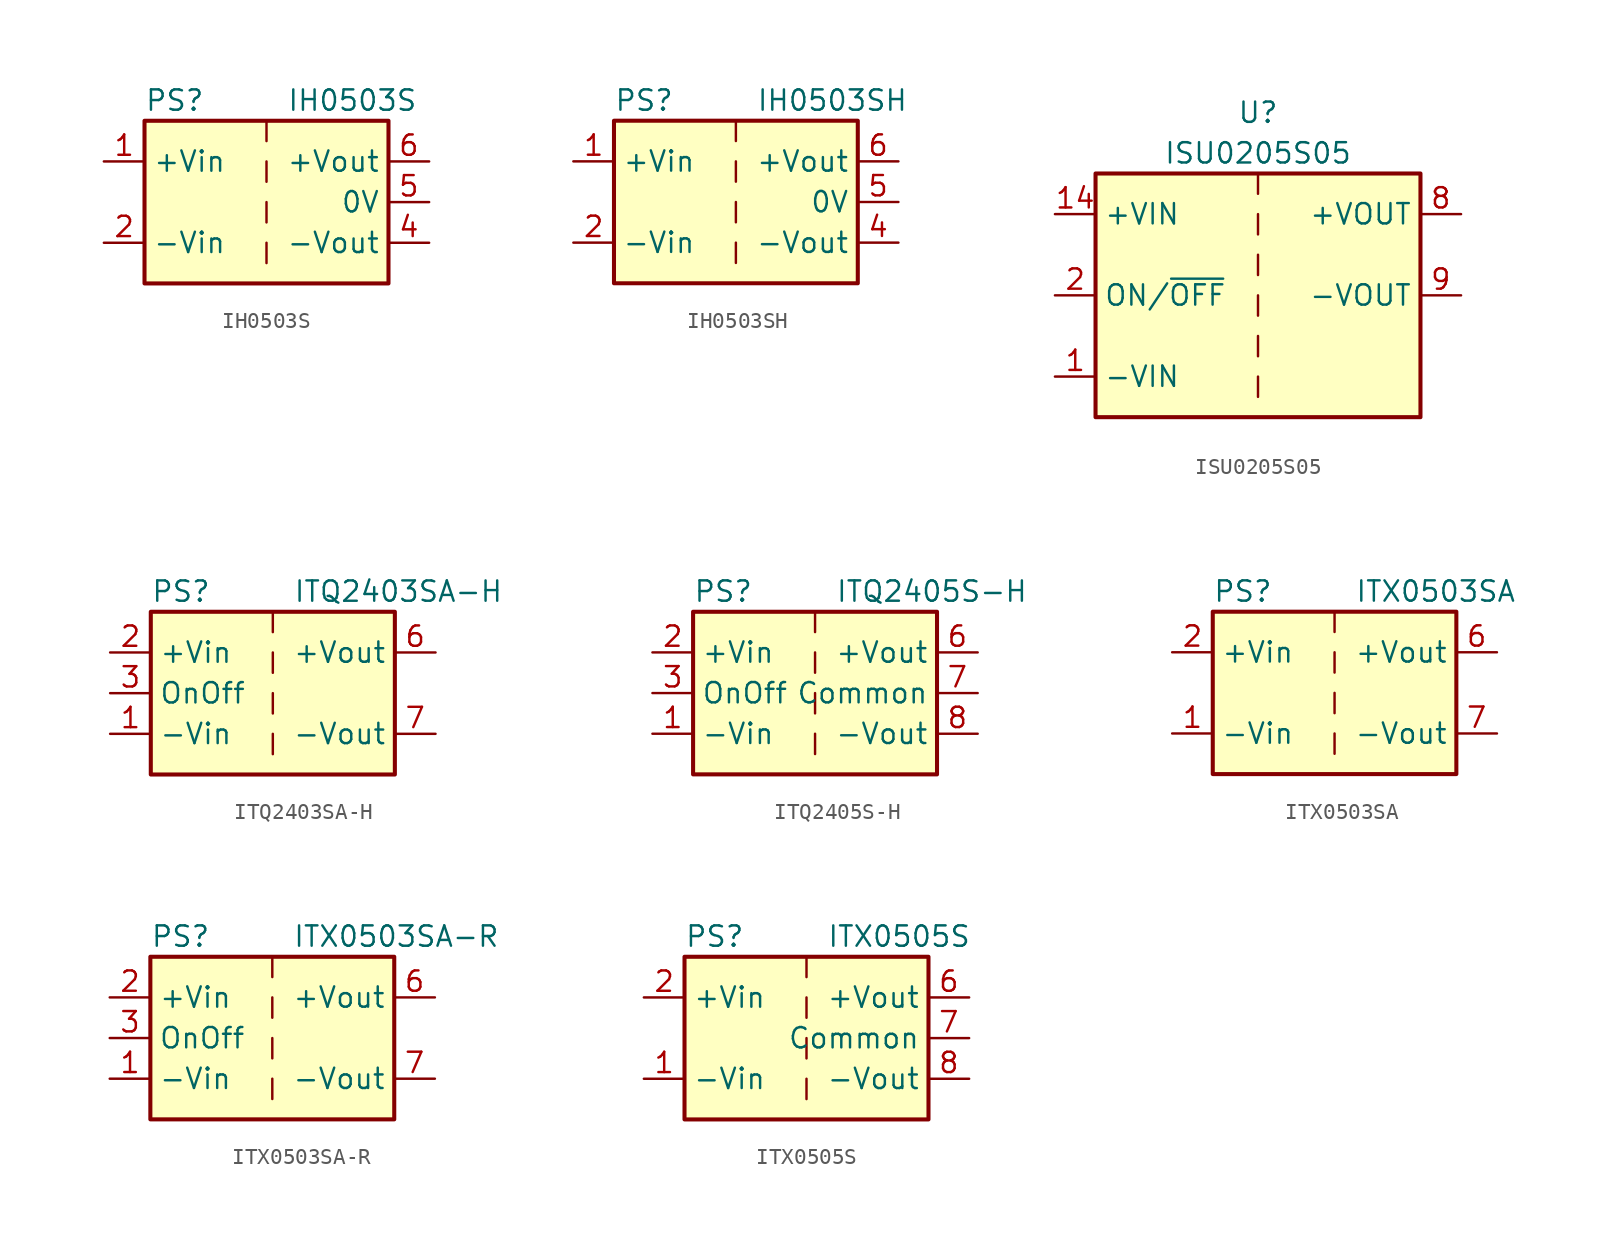
<source format=kicad_sym>
(kicad_symbol_lib
  (version 20220914)
  (generator kicad_symbol_editor)
  (symbol "IH0503S"
    (property "Reference" "PS"
      (at -7.62 6.35 0)
      (effects (font (size 1.27 1.27)) (justify left)))
    (property "Value" "IH0503S"
      (at 1.27 6.35 0)
      (effects (font (size 1.27 1.27)) (justify left)))
    (symbol "IH0503S_0_0"
      (pin power_in line (at -10.16 2.54 0) (length 2.54) (name "+Vin" (effects (font (size 1.27 1.27)))) (number "1" (effects (font (size 1.27 1.27)))))
      (pin power_in line (at -10.16 -2.54 0) (length 2.54) (name "-Vin" (effects (font (size 1.27 1.27)))) (number "2" (effects (font (size 1.27 1.27)))))
      (pin power_out line (at 10.16 -2.54 180) (length 2.54) (name "-Vout" (effects (font (size 1.27 1.27)))) (number "4" (effects (font (size 1.27 1.27)))))
      (pin power_out line (at 10.16 0 180) (length 2.54) (name "0V" (effects (font (size 1.27 1.27)))) (number "5" (effects (font (size 1.27 1.27)))))
      (pin power_out line (at 10.16 2.54 180) (length 2.54) (name "+Vout" (effects (font (size 1.27 1.27)))) (number "6" (effects (font (size 1.27 1.27))))))
    (symbol "IH0503S_0_1"
      (rectangle (start -7.62 5.08) (end 7.62 -5.08) (stroke (width 0.254) (type default)) (fill (type background)))
      (polyline (pts (xy 0 -2.54) (xy 0 -3.81)) (stroke (width 0) (type default)) (fill (type none)))
      (polyline (pts (xy 0 0) (xy 0 -1.27)) (stroke (width 0) (type default)) (fill (type none)))
      (polyline (pts (xy 0 2.54) (xy 0 1.27)) (stroke (width 0) (type default)) (fill (type none)))
      (polyline (pts (xy 0 5.08) (xy 0 3.81)) (stroke (width 0) (type default)) (fill (type none)))))
  (symbol "IH0503SH"
    (property "Reference" "PS"
      (at -7.62 6.35 0)
      (effects (font (size 1.27 1.27)) (justify left)))
    (property "Value" "IH0503SH"
      (at 1.27 6.35 0)
      (effects (font (size 1.27 1.27)) (justify left)))
    (symbol "IH0503SH_0_0"
      (pin power_in line (at -10.16 2.54 0) (length 2.54) (name "+Vin" (effects (font (size 1.27 1.27)))) (number "1" (effects (font (size 1.27 1.27)))))
      (pin power_in line (at -10.16 -2.54 0) (length 2.54) (name "-Vin" (effects (font (size 1.27 1.27)))) (number "2" (effects (font (size 1.27 1.27)))))
      (pin power_out line (at 10.16 -2.54 180) (length 2.54) (name "-Vout" (effects (font (size 1.27 1.27)))) (number "4" (effects (font (size 1.27 1.27)))))
      (pin power_out line (at 10.16 0 180) (length 2.54) (name "0V" (effects (font (size 1.27 1.27)))) (number "5" (effects (font (size 1.27 1.27)))))
      (pin power_out line (at 10.16 2.54 180) (length 2.54) (name "+Vout" (effects (font (size 1.27 1.27)))) (number "6" (effects (font (size 1.27 1.27))))))
    (symbol "IH0503SH_0_1"
      (rectangle (start -7.62 5.08) (end 7.62 -5.08) (stroke (width 0.254) (type default)) (fill (type background)))
      (polyline (pts (xy 0 -2.54) (xy 0 -3.81)) (stroke (width 0) (type default)) (fill (type none)))
      (polyline (pts (xy 0 0) (xy 0 -1.27)) (stroke (width 0) (type default)) (fill (type none)))
      (polyline (pts (xy 0 2.54) (xy 0 1.27)) (stroke (width 0) (type default)) (fill (type none)))
      (polyline (pts (xy 0 5.08) (xy 0 3.81)) (stroke (width 0) (type default)) (fill (type none)))))
  (symbol "ISU0205S05"
    (property "Reference" "U"
      (at 0 11.43 0)
      (effects (font (size 1.27 1.27))))
    (property "Value" "ISU0205S05"
      (at 0 8.89 0)
      (effects (font (size 1.27 1.27))))
    (symbol "ISU0205S05_0_1"
      (rectangle (start -10.16 7.62) (end 10.16 -7.62) (stroke (width 0.254) (type default)) (fill (type background)))
      (polyline (pts (xy 0 -5.08) (xy 0 -6.35)) (stroke (width 0) (type default)) (fill (type none)))
      (polyline (pts (xy 0 -2.54) (xy 0 -3.81)) (stroke (width 0) (type default)) (fill (type none)))
      (polyline (pts (xy 0 0) (xy 0 -1.27)) (stroke (width 0) (type default)) (fill (type none)))
      (polyline (pts (xy 0 2.54) (xy 0 1.27)) (stroke (width 0) (type default)) (fill (type none)))
      (polyline (pts (xy 0 5.08) (xy 0 3.81)) (stroke (width 0) (type default)) (fill (type none)))
      (polyline (pts (xy 0 7.62) (xy 0 6.35)) (stroke (width 0) (type default)) (fill (type none))))
    (symbol "ISU0205S05_1_1"
      (pin power_in line (at -12.7 -5.08 0) (length 2.54) (name "-VIN" (effects (font (size 1.27 1.27)))) (number "1" (effects (font (size 1.27 1.27)))))
      (pin power_in line (at -12.7 5.08 0) (length 2.54) (name "+VIN" (effects (font (size 1.27 1.27)))) (number "14" (effects (font (size 1.27 1.27)))))
      (pin input line (at -12.7 0 0) (length 2.54) (name "ON/~{OFF}" (effects (font (size 1.27 1.27)))) (number "2" (effects (font (size 1.27 1.27)))))
      (pin no_connect line (at 10.16 -2.54 180) (length 2.54) hide (name "NC" (effects (font (size 1.27 1.27)))) (number "6" (effects (font (size 1.27 1.27)))))
      (pin no_connect line (at 10.16 -5.08 180) (length 2.54) hide (name "NC" (effects (font (size 1.27 1.27)))) (number "7" (effects (font (size 1.27 1.27)))))
      (pin power_out line (at 12.7 5.08 180) (length 2.54) (name "+VOUT" (effects (font (size 1.27 1.27)))) (number "8" (effects (font (size 1.27 1.27)))))
      (pin power_out line (at 12.7 0 180) (length 2.54) (name "-VOUT" (effects (font (size 1.27 1.27)))) (number "9" (effects (font (size 1.27 1.27)))))))
  (symbol "ITQ2403SA-H"
    (property "Reference" "PS"
      (at -7.62 6.35 0)
      (effects (font (size 1.27 1.27)) (justify left)))
    (property "Value" "ITQ2403SA-H"
      (at 1.27 6.35 0)
      (effects (font (size 1.27 1.27)) (justify left)))
    (symbol "ITQ2403SA-H_0_0"
      (pin power_in line (at -10.16 -2.54 0) (length 2.54) (name "-Vin" (effects (font (size 1.27 1.27)))) (number "1" (effects (font (size 1.27 1.27)))))
      (pin power_in line (at -10.16 2.54 0) (length 2.54) (name "+Vin" (effects (font (size 1.27 1.27)))) (number "2" (effects (font (size 1.27 1.27)))))
      (pin input line (at -10.16 0 0) (length 2.54) (name "OnOff" (effects (font (size 1.27 1.27)))) (number "3" (effects (font (size 1.27 1.27)))))
      (pin power_out line (at 10.16 2.54 180) (length 2.54) (name "+Vout" (effects (font (size 1.27 1.27)))) (number "6" (effects (font (size 1.27 1.27)))))
      (pin power_out line (at 10.16 -2.54 180) (length 2.54) (name "-Vout" (effects (font (size 1.27 1.27)))) (number "7" (effects (font (size 1.27 1.27)))))
      (pin no_connect line (at 7.62 0 180) (length 2.54) hide (name "NC" (effects (font (size 1.27 1.27)))) (number "8" (effects (font (size 1.27 1.27))))))
    (symbol "ITQ2403SA-H_0_1"
      (rectangle (start -7.62 5.08) (end 7.62 -5.08) (stroke (width 0.254) (type default)) (fill (type background)))
      (polyline (pts (xy 0 -2.54) (xy 0 -3.81)) (stroke (width 0) (type default)) (fill (type none)))
      (polyline (pts (xy 0 0) (xy 0 -1.27)) (stroke (width 0) (type default)) (fill (type none)))
      (polyline (pts (xy 0 2.54) (xy 0 1.27)) (stroke (width 0) (type default)) (fill (type none)))
      (polyline (pts (xy 0 5.08) (xy 0 3.81)) (stroke (width 0) (type default)) (fill (type none)))))
  (symbol "ITQ2405S-H"
    (property "Reference" "PS"
      (at -7.62 6.35 0)
      (effects (font (size 1.27 1.27)) (justify left)))
    (property "Value" "ITQ2405S-H"
      (at 1.27 6.35 0)
      (effects (font (size 1.27 1.27)) (justify left)))
    (symbol "ITQ2405S-H_0_0"
      (pin power_in line (at -10.16 -2.54 0) (length 2.54) (name "-Vin" (effects (font (size 1.27 1.27)))) (number "1" (effects (font (size 1.27 1.27)))))
      (pin power_in line (at -10.16 2.54 0) (length 2.54) (name "+Vin" (effects (font (size 1.27 1.27)))) (number "2" (effects (font (size 1.27 1.27)))))
      (pin input line (at -10.16 0 0) (length 2.54) (name "OnOff" (effects (font (size 1.27 1.27)))) (number "3" (effects (font (size 1.27 1.27)))))
      (pin power_out line (at 10.16 2.54 180) (length 2.54) (name "+Vout" (effects (font (size 1.27 1.27)))) (number "6" (effects (font (size 1.27 1.27)))))
      (pin power_out line (at 10.16 0 180) (length 2.54) (name "Common" (effects (font (size 1.27 1.27)))) (number "7" (effects (font (size 1.27 1.27)))))
      (pin power_out line (at 10.16 -2.54 180) (length 2.54) (name "-Vout" (effects (font (size 1.27 1.27)))) (number "8" (effects (font (size 1.27 1.27))))))
    (symbol "ITQ2405S-H_0_1"
      (rectangle (start -7.62 5.08) (end 7.62 -5.08) (stroke (width 0.254) (type default)) (fill (type background)))
      (polyline (pts (xy 0 -2.54) (xy 0 -3.81)) (stroke (width 0) (type default)) (fill (type none)))
      (polyline (pts (xy 0 0) (xy 0 -1.27)) (stroke (width 0) (type default)) (fill (type none)))
      (polyline (pts (xy 0 2.54) (xy 0 1.27)) (stroke (width 0) (type default)) (fill (type none)))
      (polyline (pts (xy 0 5.08) (xy 0 3.81)) (stroke (width 0) (type default)) (fill (type none)))))
  (symbol "ITX0503SA"
    (property "Reference" "PS"
      (at -7.62 6.35 0)
      (effects (font (size 1.27 1.27)) (justify left)))
    (property "Value" "ITX0503SA"
      (at 1.27 6.35 0)
      (effects (font (size 1.27 1.27)) (justify left)))
    (symbol "ITX0503SA_0_0"
      (pin power_in line (at -10.16 -2.54 0) (length 2.54) (name "-Vin" (effects (font (size 1.27 1.27)))) (number "1" (effects (font (size 1.27 1.27)))))
      (pin power_in line (at -10.16 2.54 0) (length 2.54) (name "+Vin" (effects (font (size 1.27 1.27)))) (number "2" (effects (font (size 1.27 1.27)))))
      (pin power_out line (at 10.16 2.54 180) (length 2.54) (name "+Vout" (effects (font (size 1.27 1.27)))) (number "6" (effects (font (size 1.27 1.27)))))
      (pin power_out line (at 10.16 -2.54 180) (length 2.54) (name "-Vout" (effects (font (size 1.27 1.27)))) (number "7" (effects (font (size 1.27 1.27)))))
      (pin no_connect line (at 7.62 0 180) (length 2.54) hide (name "NC" (effects (font (size 1.27 1.27)))) (number "8" (effects (font (size 1.27 1.27))))))
    (symbol "ITX0503SA_0_1"
      (rectangle (start -7.62 5.08) (end 7.62 -5.08) (stroke (width 0.254) (type default)) (fill (type background)))
      (polyline (pts (xy 0 -2.54) (xy 0 -3.81)) (stroke (width 0) (type default)) (fill (type none)))
      (polyline (pts (xy 0 0) (xy 0 -1.27)) (stroke (width 0) (type default)) (fill (type none)))
      (polyline (pts (xy 0 2.54) (xy 0 1.27)) (stroke (width 0) (type default)) (fill (type none)))
      (polyline (pts (xy 0 5.08) (xy 0 3.81)) (stroke (width 0) (type default)) (fill (type none)))))
  (symbol "ITX0503SA-R"
    (property "Reference" "PS"
      (at -7.62 6.35 0)
      (effects (font (size 1.27 1.27)) (justify left)))
    (property "Value" "ITX0503SA-R"
      (at 1.27 6.35 0)
      (effects (font (size 1.27 1.27)) (justify left)))
    (symbol "ITX0503SA-R_0_0"
      (pin power_in line (at -10.16 -2.54 0) (length 2.54) (name "-Vin" (effects (font (size 1.27 1.27)))) (number "1" (effects (font (size 1.27 1.27)))))
      (pin power_in line (at -10.16 2.54 0) (length 2.54) (name "+Vin" (effects (font (size 1.27 1.27)))) (number "2" (effects (font (size 1.27 1.27)))))
      (pin input line (at -10.16 0 0) (length 2.54) (name "OnOff" (effects (font (size 1.27 1.27)))) (number "3" (effects (font (size 1.27 1.27)))))
      (pin no_connect line (at 0 5.08 270) (length 2.54) hide (name "NC" (effects (font (size 1.27 1.27)))) (number "5" (effects (font (size 1.27 1.27)))))
      (pin power_out line (at 10.16 2.54 180) (length 2.54) (name "+Vout" (effects (font (size 1.27 1.27)))) (number "6" (effects (font (size 1.27 1.27)))))
      (pin power_out line (at 10.16 -2.54 180) (length 2.54) (name "-Vout" (effects (font (size 1.27 1.27)))) (number "7" (effects (font (size 1.27 1.27)))))
      (pin no_connect line (at 7.62 0 180) (length 2.54) hide (name "NC" (effects (font (size 1.27 1.27)))) (number "8" (effects (font (size 1.27 1.27))))))
    (symbol "ITX0503SA-R_0_1"
      (rectangle (start -7.62 5.08) (end 7.62 -5.08) (stroke (width 0.254) (type default)) (fill (type background)))
      (polyline (pts (xy 0 -2.54) (xy 0 -3.81)) (stroke (width 0) (type default)) (fill (type none)))
      (polyline (pts (xy 0 0) (xy 0 -1.27)) (stroke (width 0) (type default)) (fill (type none)))
      (polyline (pts (xy 0 2.54) (xy 0 1.27)) (stroke (width 0) (type default)) (fill (type none)))
      (polyline (pts (xy 0 5.08) (xy 0 3.81)) (stroke (width 0) (type default)) (fill (type none)))))
  (symbol "ITX0505S"
    (property "Reference" "PS"
      (at -7.62 6.35 0)
      (effects (font (size 1.27 1.27)) (justify left)))
    (property "Value" "ITX0505S"
      (at 1.27 6.35 0)
      (effects (font (size 1.27 1.27)) (justify left)))
    (symbol "ITX0505S_0_0"
      (pin power_in line (at -10.16 -2.54 0) (length 2.54) (name "-Vin" (effects (font (size 1.27 1.27)))) (number "1" (effects (font (size 1.27 1.27)))))
      (pin power_in line (at -10.16 2.54 0) (length 2.54) (name "+Vin" (effects (font (size 1.27 1.27)))) (number "2" (effects (font (size 1.27 1.27)))))
      (pin no_connect line (at 0 -5.08 90) (length 2.54) hide (name "NC" (effects (font (size 1.27 1.27)))) (number "3" (effects (font (size 1.27 1.27)))))
      (pin no_connect line (at 0 5.08 270) (length 2.54) hide (name "NC" (effects (font (size 1.27 1.27)))) (number "5" (effects (font (size 1.27 1.27)))))
      (pin power_out line (at 10.16 2.54 180) (length 2.54) (name "+Vout" (effects (font (size 1.27 1.27)))) (number "6" (effects (font (size 1.27 1.27)))))
      (pin power_out line (at 10.16 0 180) (length 2.54) (name "Common" (effects (font (size 1.27 1.27)))) (number "7" (effects (font (size 1.27 1.27)))))
      (pin power_out line (at 10.16 -2.54 180) (length 2.54) (name "-Vout" (effects (font (size 1.27 1.27)))) (number "8" (effects (font (size 1.27 1.27))))))
    (symbol "ITX0505S_0_1"
      (rectangle (start -7.62 5.08) (end 7.62 -5.08) (stroke (width 0.254) (type default)) (fill (type background)))
      (polyline (pts (xy 0 -2.54) (xy 0 -3.81)) (stroke (width 0) (type default)) (fill (type none)))
      (polyline (pts (xy 0 0) (xy 0 -1.27)) (stroke (width 0) (type default)) (fill (type none)))
      (polyline (pts (xy 0 2.54) (xy 0 1.27)) (stroke (width 0) (type default)) (fill (type none)))
      (polyline (pts (xy 0 5.08) (xy 0 3.81)) (stroke (width 0) (type default)) (fill (type none))))))
</source>
